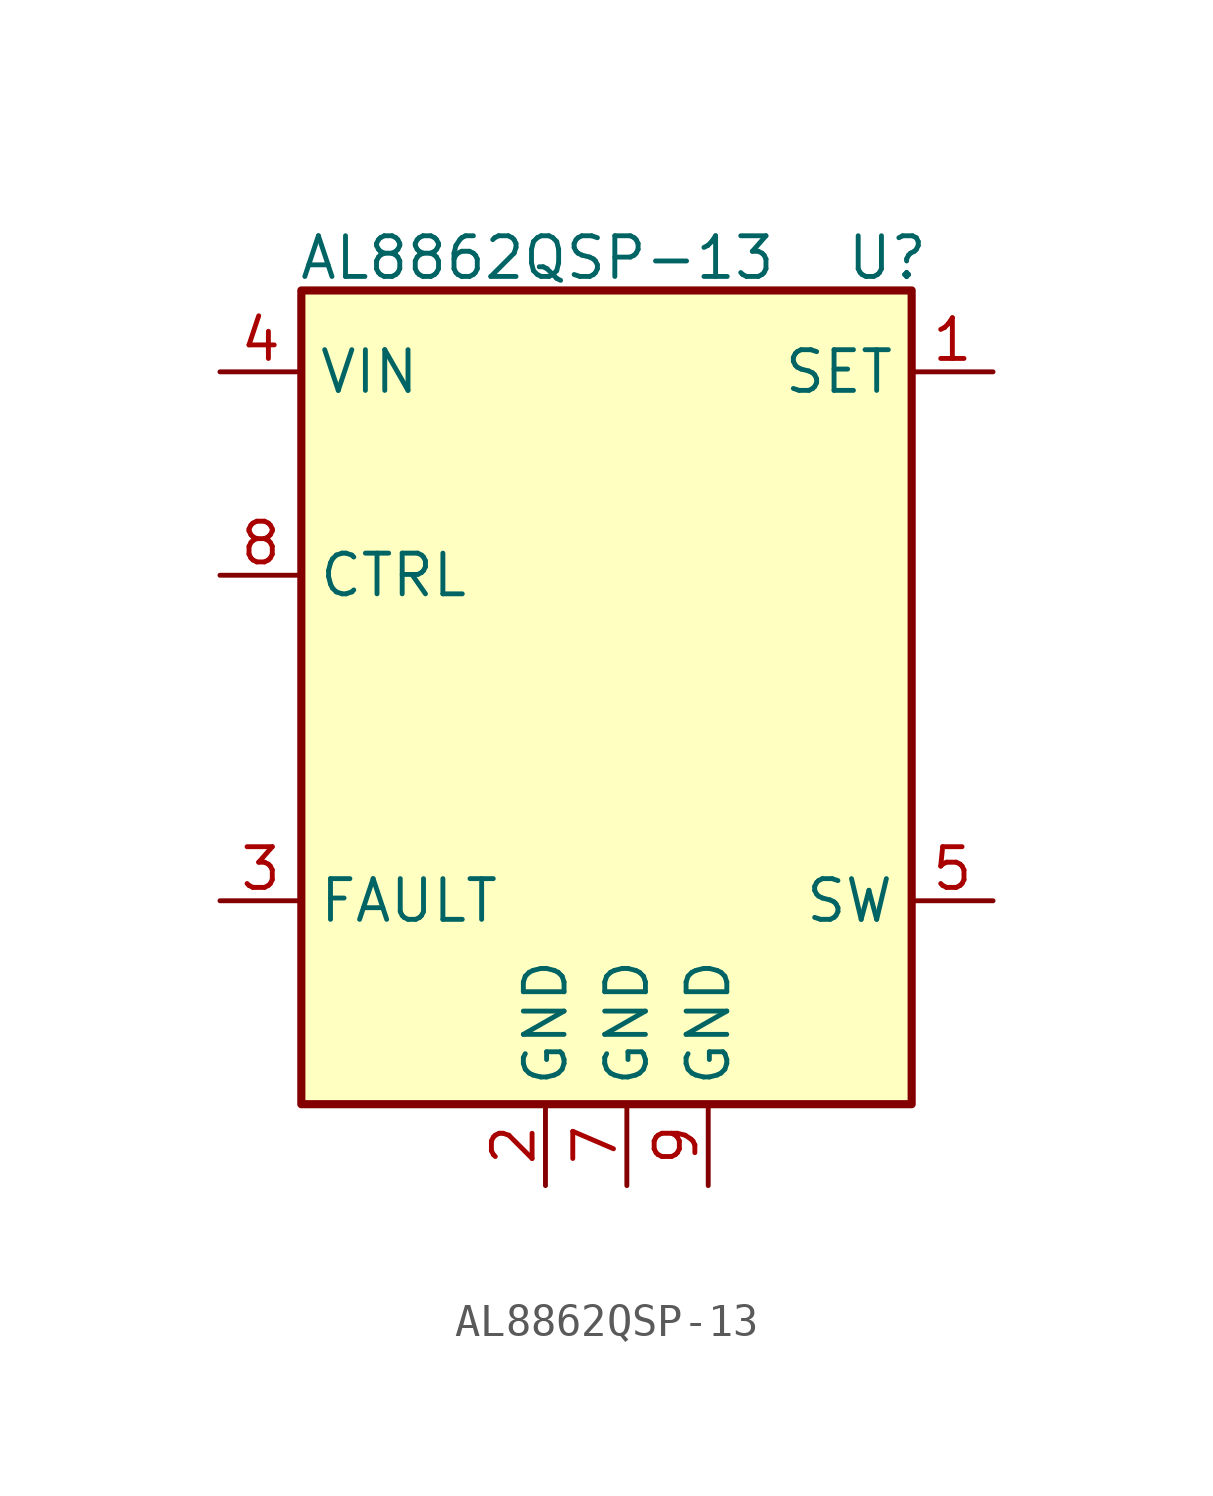
<source format=kicad_sym>
(kicad_symbol_lib
  (version 20231120)
  (generator "kicad_symbol_editor")
  (generator_version "8.0")
  (symbol "AL8862QSP-13"
    (property "Reference" "U"
      (at 8.128 13.716 0)
      (effects (font (size 1.27 1.27))))
    (property "Value" "AL8862QSP-13"
      (at -2.794 13.716 0)
      (effects (font (size 1.27 1.27))))
    (symbol "AL8862QSP-13_1_1"
      (rectangle (start -10.16 12.7) (end 8.89 -12.7) (stroke (width 0.254) (type default)) (fill (type background)))
      (pin passive line (at 11.43 10.16 180) (length 2.54) (name "SET" (effects (font (size 1.27 1.27)))) (number "1" (effects (font (size 1.27 1.27)))))
      (pin power_in line (at -2.54 -15.24 90) (length 2.54) (name "GND" (effects (font (size 1.27 1.27)))) (number "2" (effects (font (size 1.27 1.27)))))
      (pin open_collector line (at -12.7 -6.35 0) (length 2.54) (name "FAULT" (effects (font (size 1.27 1.27)))) (number "3" (effects (font (size 1.27 1.27)))))
      (pin power_in line (at -12.7 10.16 0) (length 2.54) (name "VIN" (effects (font (size 1.27 1.27)))) (number "4" (effects (font (size 1.27 1.27)))))
      (pin passive line (at 11.43 -6.35 180) (length 2.54) (name "SW" (effects (font (size 1.27 1.27)))) (number "5" (effects (font (size 1.27 1.27)))))
      (pin passive line (at 11.43 -6.35 180) (length 2.54) hide (name "SW" (effects (font (size 1.27 1.27)))) (number "6" (effects (font (size 1.27 1.27)))))
      (pin power_in line (at 0 -15.24 90) (length 2.54) (name "GND" (effects (font (size 1.27 1.27)))) (number "7" (effects (font (size 1.27 1.27)))))
      (pin input line (at -12.7 3.81 0) (length 2.54) (name "CTRL" (effects (font (size 1.27 1.27)))) (number "8" (effects (font (size 1.27 1.27)))))
      (pin power_in line (at 2.54 -15.24 90) (length 2.54) (name "GND" (effects (font (size 1.27 1.27)))) (number "9" (effects (font (size 1.27 1.27))))))))
</source>
